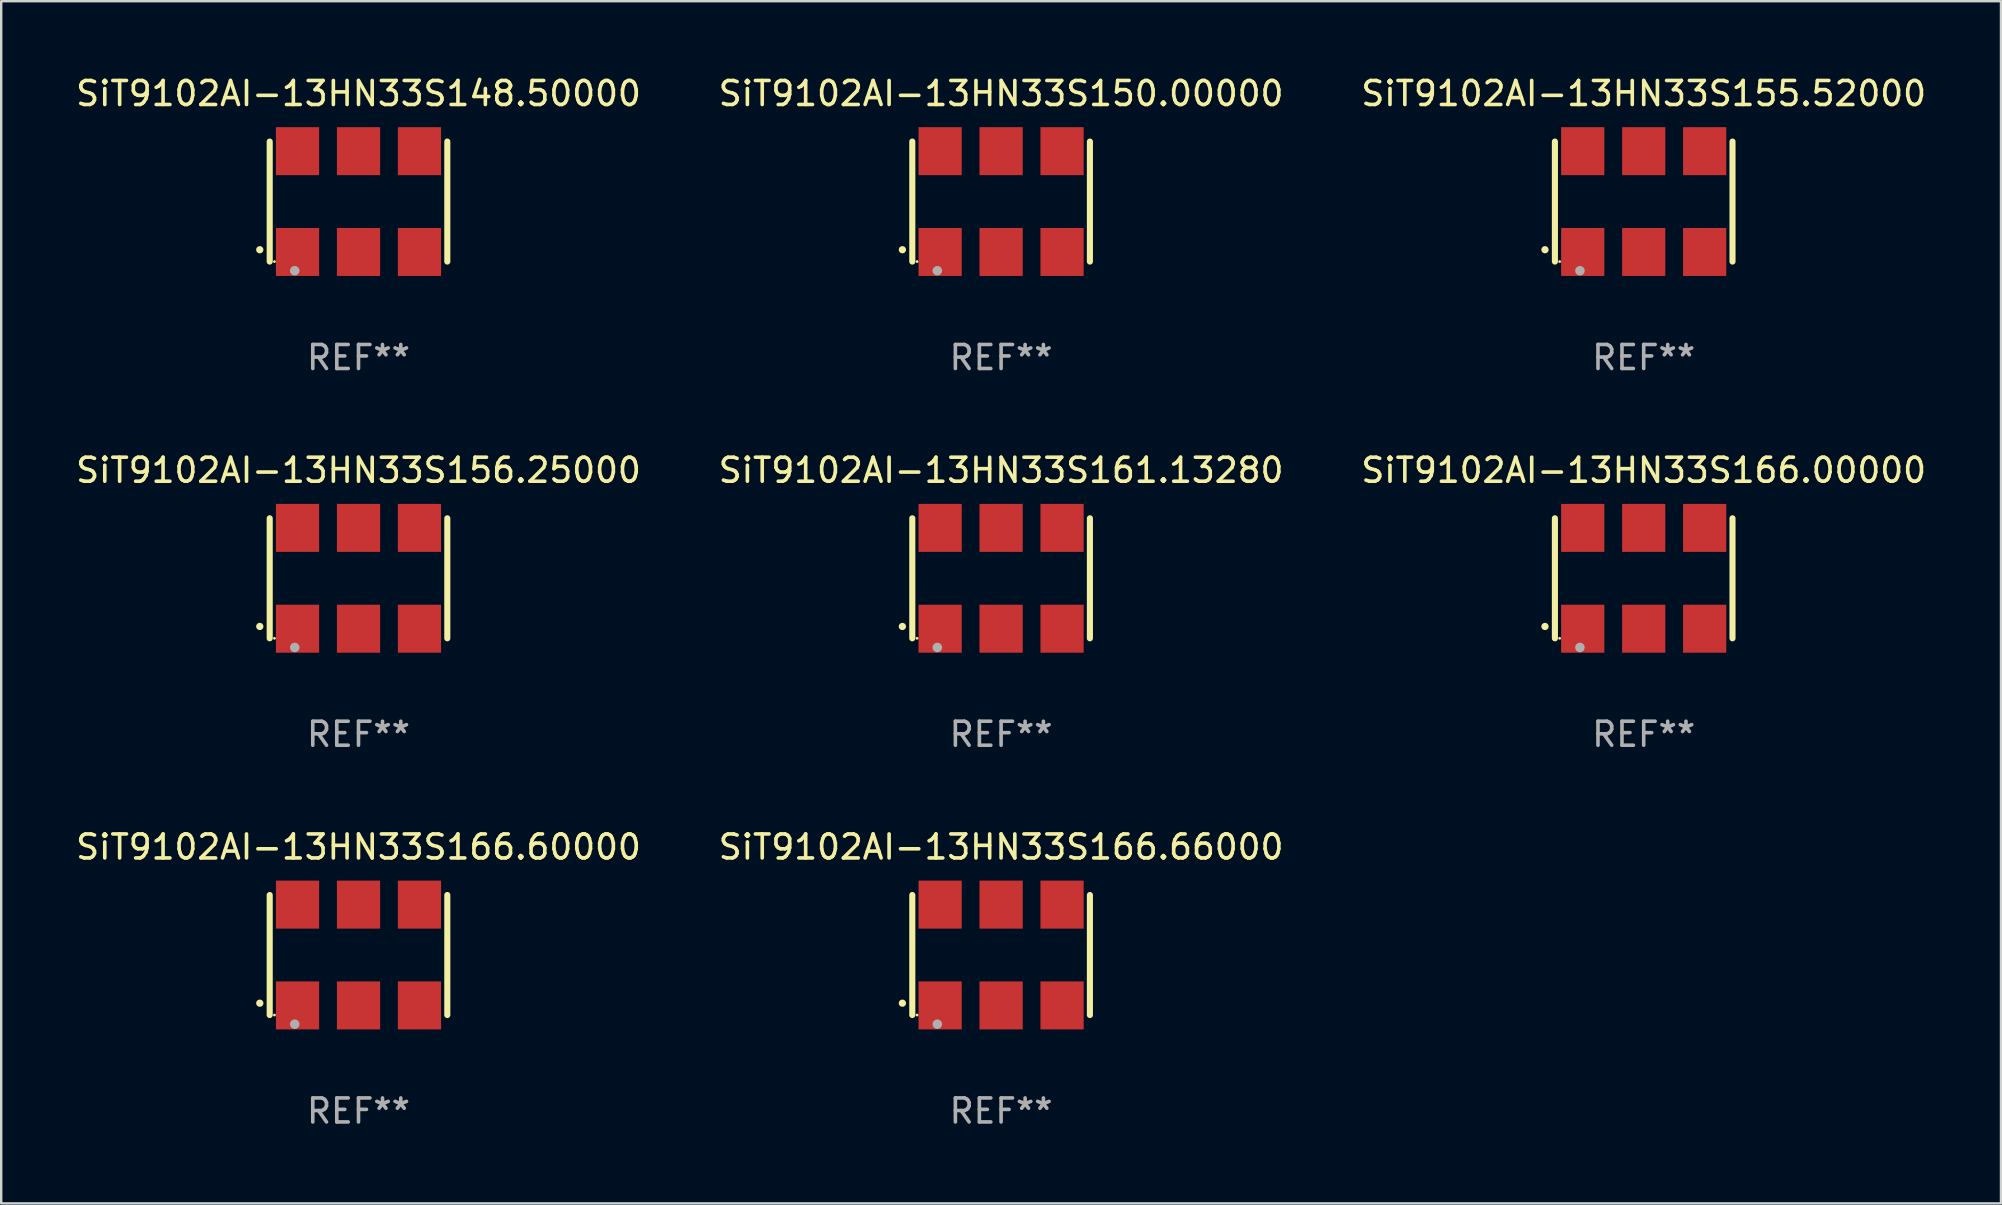
<source format=kicad_pcb>
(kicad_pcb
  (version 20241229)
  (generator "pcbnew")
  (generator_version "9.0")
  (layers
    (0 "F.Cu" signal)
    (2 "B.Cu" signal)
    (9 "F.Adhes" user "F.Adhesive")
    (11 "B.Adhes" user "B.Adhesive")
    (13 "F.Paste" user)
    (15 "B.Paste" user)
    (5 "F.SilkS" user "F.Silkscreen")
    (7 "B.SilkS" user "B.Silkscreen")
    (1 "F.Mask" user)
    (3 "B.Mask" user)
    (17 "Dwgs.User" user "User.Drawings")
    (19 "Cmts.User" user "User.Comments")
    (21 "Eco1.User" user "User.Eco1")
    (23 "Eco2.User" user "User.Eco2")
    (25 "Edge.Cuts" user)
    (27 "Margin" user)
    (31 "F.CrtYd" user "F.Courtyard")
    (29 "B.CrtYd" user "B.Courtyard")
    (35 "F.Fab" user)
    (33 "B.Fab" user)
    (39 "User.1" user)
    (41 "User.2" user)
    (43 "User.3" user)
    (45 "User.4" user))
  (footprint "SiT9102AI-13HN33S166.60000"
    (layer "F.Cu")
    (at 11.887 36.741)
    (property "Reference" "SiT9102AI-13HN33S166.60000" (at 0 -4.5 0) (layer "F.SilkS") (effects (font (size 1 1) (thickness 0.15))))
    (attr through_hole)
    (fp_line (start -3.7 -2.5) (end -3.7 2.5) (stroke (width 0.254) (type solid)) (layer "F.SilkS"))
    (fp_line (start 3.7 -2.5) (end 3.7 2.5) (stroke (width 0.254) (type solid)) (layer "F.SilkS"))
    (fp_arc (start -4.114415 2.006604) (mid -4.113145 2.006599) (end -4.111875 2.006604) (stroke (width 0.3) (type solid)) (layer "F.SilkS"))
    (fp_circle (center -3.502 2.5) (end -3.472 2.5) (stroke (width 0.06) (type solid)) (fill no) (layer "F.SilkS"))
    (fp_circle (center -2.657 2.882) (end -2.557 2.882) (stroke (width 0.2) (type solid)) (fill no) (layer "F.Fab"))
    (fp_text user "REF**" (at 0 6.5 0) (layer "F.Fab") (effects (font (size 1 1) (thickness 0.15))))
    (pad "1" smd rect (at -2.54 2.1) (size 1.8 2) (layers "F.Cu" "F.Mask" "F.Paste"))
    (pad "2" smd rect (at 0.000394 2.1) (size 1.8 2) (layers "F.Cu" "F.Mask" "F.Paste"))
    (pad "3" smd rect (at 2.54 2.1) (size 1.8 2) (layers "F.Cu" "F.Mask" "F.Paste"))
    (pad "4" smd rect (at 2.54 -2.1) (size 1.8 2) (layers "F.Cu" "F.Mask" "F.Paste"))
    (pad "5" smd rect (at 0.000394 -2.1) (size 1.8 2) (layers "F.Cu" "F.Mask" "F.Paste"))
    (pad "6" smd rect (at -2.54 -2.1) (size 1.8 2) (layers "F.Cu" "F.Mask" "F.Paste")))
  (footprint "SiT9102AI-13HN33S148.50000"
    (layer "F.Cu")
    (at 11.887 5.348)
    (property "Reference" "SiT9102AI-13HN33S148.50000" (at 0 -4.5 0) (layer "F.SilkS") (effects (font (size 1 1) (thickness 0.15))))
    (attr through_hole)
    (fp_line (start -3.7 -2.5) (end -3.7 2.5) (stroke (width 0.254) (type solid)) (layer "F.SilkS"))
    (fp_line (start 3.7 -2.5) (end 3.7 2.5) (stroke (width 0.254) (type solid)) (layer "F.SilkS"))
    (fp_arc (start -4.114415 2.006604) (mid -4.113145 2.006599) (end -4.111875 2.006604) (stroke (width 0.3) (type solid)) (layer "F.SilkS"))
    (fp_circle (center -3.502 2.5) (end -3.472 2.5) (stroke (width 0.06) (type solid)) (fill no) (layer "F.SilkS"))
    (fp_circle (center -2.657 2.882) (end -2.557 2.882) (stroke (width 0.2) (type solid)) (fill no) (layer "F.Fab"))
    (fp_text user "REF**" (at 0 6.5 0) (layer "F.Fab") (effects (font (size 1 1) (thickness 0.15))))
    (pad "1" smd rect (at -2.54 2.1) (size 1.8 2) (layers "F.Cu" "F.Mask" "F.Paste"))
    (pad "2" smd rect (at 0.000394 2.1) (size 1.8 2) (layers "F.Cu" "F.Mask" "F.Paste"))
    (pad "3" smd rect (at 2.54 2.1) (size 1.8 2) (layers "F.Cu" "F.Mask" "F.Paste"))
    (pad "4" smd rect (at 2.54 -2.1) (size 1.8 2) (layers "F.Cu" "F.Mask" "F.Paste"))
    (pad "5" smd rect (at 0.000394 -2.1) (size 1.8 2) (layers "F.Cu" "F.Mask" "F.Paste"))
    (pad "6" smd rect (at -2.54 -2.1) (size 1.8 2) (layers "F.Cu" "F.Mask" "F.Paste")))
  (footprint "SiT9102AI-13HN33S150.00000"
    (layer "F.Cu")
    (at 38.661 5.348)
    (property "Reference" "SiT9102AI-13HN33S150.00000" (at 0 -4.5 0) (layer "F.SilkS") (effects (font (size 1 1) (thickness 0.15))))
    (attr through_hole)
    (fp_line (start -3.7 -2.5) (end -3.7 2.5) (stroke (width 0.254) (type solid)) (layer "F.SilkS"))
    (fp_line (start 3.7 -2.5) (end 3.7 2.5) (stroke (width 0.254) (type solid)) (layer "F.SilkS"))
    (fp_arc (start -4.114415 2.006604) (mid -4.113145 2.006599) (end -4.111875 2.006604) (stroke (width 0.3) (type solid)) (layer "F.SilkS"))
    (fp_circle (center -3.502 2.5) (end -3.472 2.5) (stroke (width 0.06) (type solid)) (fill no) (layer "F.SilkS"))
    (fp_circle (center -2.657 2.882) (end -2.557 2.882) (stroke (width 0.2) (type solid)) (fill no) (layer "F.Fab"))
    (fp_text user "REF**" (at 0 6.5 0) (layer "F.Fab") (effects (font (size 1 1) (thickness 0.15))))
    (pad "1" smd rect (at -2.54 2.1) (size 1.8 2) (layers "F.Cu" "F.Mask" "F.Paste"))
    (pad "2" smd rect (at 0.000394 2.1) (size 1.8 2) (layers "F.Cu" "F.Mask" "F.Paste"))
    (pad "3" smd rect (at 2.54 2.1) (size 1.8 2) (layers "F.Cu" "F.Mask" "F.Paste"))
    (pad "4" smd rect (at 2.54 -2.1) (size 1.8 2) (layers "F.Cu" "F.Mask" "F.Paste"))
    (pad "5" smd rect (at 0.000394 -2.1) (size 1.8 2) (layers "F.Cu" "F.Mask" "F.Paste"))
    (pad "6" smd rect (at -2.54 -2.1) (size 1.8 2) (layers "F.Cu" "F.Mask" "F.Paste")))
  (footprint "SiT9102AI-13HN33S156.25000"
    (layer "F.Cu")
    (at 11.887 21.045)
    (property "Reference" "SiT9102AI-13HN33S156.25000" (at 0 -4.5 0) (layer "F.SilkS") (effects (font (size 1 1) (thickness 0.15))))
    (attr through_hole)
    (fp_line (start -3.7 -2.5) (end -3.7 2.5) (stroke (width 0.254) (type solid)) (layer "F.SilkS"))
    (fp_line (start 3.7 -2.5) (end 3.7 2.5) (stroke (width 0.254) (type solid)) (layer "F.SilkS"))
    (fp_arc (start -4.114415 2.006604) (mid -4.113145 2.006599) (end -4.111875 2.006604) (stroke (width 0.3) (type solid)) (layer "F.SilkS"))
    (fp_circle (center -3.502 2.5) (end -3.472 2.5) (stroke (width 0.06) (type solid)) (fill no) (layer "F.SilkS"))
    (fp_circle (center -2.657 2.882) (end -2.557 2.882) (stroke (width 0.2) (type solid)) (fill no) (layer "F.Fab"))
    (fp_text user "REF**" (at 0 6.5 0) (layer "F.Fab") (effects (font (size 1 1) (thickness 0.15))))
    (pad "1" smd rect (at -2.54 2.1) (size 1.8 2) (layers "F.Cu" "F.Mask" "F.Paste"))
    (pad "2" smd rect (at 0.000394 2.1) (size 1.8 2) (layers "F.Cu" "F.Mask" "F.Paste"))
    (pad "3" smd rect (at 2.54 2.1) (size 1.8 2) (layers "F.Cu" "F.Mask" "F.Paste"))
    (pad "4" smd rect (at 2.54 -2.1) (size 1.8 2) (layers "F.Cu" "F.Mask" "F.Paste"))
    (pad "5" smd rect (at 0.000394 -2.1) (size 1.8 2) (layers "F.Cu" "F.Mask" "F.Paste"))
    (pad "6" smd rect (at -2.54 -2.1) (size 1.8 2) (layers "F.Cu" "F.Mask" "F.Paste")))
  (footprint "SiT9102AI-13HN33S166.00000"
    (layer "F.Cu")
    (at 65.435 21.045)
    (property "Reference" "SiT9102AI-13HN33S166.00000" (at 0 -4.5 0) (layer "F.SilkS") (effects (font (size 1 1) (thickness 0.15))))
    (attr through_hole)
    (fp_line (start -3.7 -2.5) (end -3.7 2.5) (stroke (width 0.254) (type solid)) (layer "F.SilkS"))
    (fp_line (start 3.7 -2.5) (end 3.7 2.5) (stroke (width 0.254) (type solid)) (layer "F.SilkS"))
    (fp_arc (start -4.114415 2.006604) (mid -4.113145 2.006599) (end -4.111875 2.006604) (stroke (width 0.3) (type solid)) (layer "F.SilkS"))
    (fp_circle (center -3.502 2.5) (end -3.472 2.5) (stroke (width 0.06) (type solid)) (fill no) (layer "F.SilkS"))
    (fp_circle (center -2.657 2.882) (end -2.557 2.882) (stroke (width 0.2) (type solid)) (fill no) (layer "F.Fab"))
    (fp_text user "REF**" (at 0 6.5 0) (layer "F.Fab") (effects (font (size 1 1) (thickness 0.15))))
    (pad "1" smd rect (at -2.54 2.1) (size 1.8 2) (layers "F.Cu" "F.Mask" "F.Paste"))
    (pad "2" smd rect (at 0.000394 2.1) (size 1.8 2) (layers "F.Cu" "F.Mask" "F.Paste"))
    (pad "3" smd rect (at 2.54 2.1) (size 1.8 2) (layers "F.Cu" "F.Mask" "F.Paste"))
    (pad "4" smd rect (at 2.54 -2.1) (size 1.8 2) (layers "F.Cu" "F.Mask" "F.Paste"))
    (pad "5" smd rect (at 0.000394 -2.1) (size 1.8 2) (layers "F.Cu" "F.Mask" "F.Paste"))
    (pad "6" smd rect (at -2.54 -2.1) (size 1.8 2) (layers "F.Cu" "F.Mask" "F.Paste")))
  (footprint "SiT9102AI-13HN33S166.66000"
    (layer "F.Cu")
    (at 38.661 36.741)
    (property "Reference" "SiT9102AI-13HN33S166.66000" (at 0 -4.5 0) (layer "F.SilkS") (effects (font (size 1 1) (thickness 0.15))))
    (attr through_hole)
    (fp_line (start -3.7 -2.5) (end -3.7 2.5) (stroke (width 0.254) (type solid)) (layer "F.SilkS"))
    (fp_line (start 3.7 -2.5) (end 3.7 2.5) (stroke (width 0.254) (type solid)) (layer "F.SilkS"))
    (fp_arc (start -4.114415 2.006604) (mid -4.113145 2.006599) (end -4.111875 2.006604) (stroke (width 0.3) (type solid)) (layer "F.SilkS"))
    (fp_circle (center -3.502 2.5) (end -3.472 2.5) (stroke (width 0.06) (type solid)) (fill no) (layer "F.SilkS"))
    (fp_circle (center -2.657 2.882) (end -2.557 2.882) (stroke (width 0.2) (type solid)) (fill no) (layer "F.Fab"))
    (fp_text user "REF**" (at 0 6.5 0) (layer "F.Fab") (effects (font (size 1 1) (thickness 0.15))))
    (pad "1" smd rect (at -2.54 2.1) (size 1.8 2) (layers "F.Cu" "F.Mask" "F.Paste"))
    (pad "2" smd rect (at 0.000394 2.1) (size 1.8 2) (layers "F.Cu" "F.Mask" "F.Paste"))
    (pad "3" smd rect (at 2.54 2.1) (size 1.8 2) (layers "F.Cu" "F.Mask" "F.Paste"))
    (pad "4" smd rect (at 2.54 -2.1) (size 1.8 2) (layers "F.Cu" "F.Mask" "F.Paste"))
    (pad "5" smd rect (at 0.000394 -2.1) (size 1.8 2) (layers "F.Cu" "F.Mask" "F.Paste"))
    (pad "6" smd rect (at -2.54 -2.1) (size 1.8 2) (layers "F.Cu" "F.Mask" "F.Paste")))
  (footprint "SiT9102AI-13HN33S161.13280"
    (layer "F.Cu")
    (at 38.661 21.045)
    (property "Reference" "SiT9102AI-13HN33S161.13280" (at 0 -4.5 0) (layer "F.SilkS") (effects (font (size 1 1) (thickness 0.15))))
    (attr through_hole)
    (fp_line (start -3.7 -2.5) (end -3.7 2.5) (stroke (width 0.254) (type solid)) (layer "F.SilkS"))
    (fp_line (start 3.7 -2.5) (end 3.7 2.5) (stroke (width 0.254) (type solid)) (layer "F.SilkS"))
    (fp_arc (start -4.114415 2.006604) (mid -4.113145 2.006599) (end -4.111875 2.006604) (stroke (width 0.3) (type solid)) (layer "F.SilkS"))
    (fp_circle (center -3.502 2.5) (end -3.472 2.5) (stroke (width 0.06) (type solid)) (fill no) (layer "F.SilkS"))
    (fp_circle (center -2.657 2.882) (end -2.557 2.882) (stroke (width 0.2) (type solid)) (fill no) (layer "F.Fab"))
    (fp_text user "REF**" (at 0 6.5 0) (layer "F.Fab") (effects (font (size 1 1) (thickness 0.15))))
    (pad "1" smd rect (at -2.54 2.1) (size 1.8 2) (layers "F.Cu" "F.Mask" "F.Paste"))
    (pad "2" smd rect (at 0.000394 2.1) (size 1.8 2) (layers "F.Cu" "F.Mask" "F.Paste"))
    (pad "3" smd rect (at 2.54 2.1) (size 1.8 2) (layers "F.Cu" "F.Mask" "F.Paste"))
    (pad "4" smd rect (at 2.54 -2.1) (size 1.8 2) (layers "F.Cu" "F.Mask" "F.Paste"))
    (pad "5" smd rect (at 0.000394 -2.1) (size 1.8 2) (layers "F.Cu" "F.Mask" "F.Paste"))
    (pad "6" smd rect (at -2.54 -2.1) (size 1.8 2) (layers "F.Cu" "F.Mask" "F.Paste")))
  (footprint "SiT9102AI-13HN33S155.52000"
    (layer "F.Cu")
    (at 65.435 5.348)
    (property "Reference" "SiT9102AI-13HN33S155.52000" (at 0 -4.5 0) (layer "F.SilkS") (effects (font (size 1 1) (thickness 0.15))))
    (attr through_hole)
    (fp_line (start -3.7 -2.5) (end -3.7 2.5) (stroke (width 0.254) (type solid)) (layer "F.SilkS"))
    (fp_line (start 3.7 -2.5) (end 3.7 2.5) (stroke (width 0.254) (type solid)) (layer "F.SilkS"))
    (fp_arc (start -4.114415 2.006604) (mid -4.113145 2.006599) (end -4.111875 2.006604) (stroke (width 0.3) (type solid)) (layer "F.SilkS"))
    (fp_circle (center -3.502 2.5) (end -3.472 2.5) (stroke (width 0.06) (type solid)) (fill no) (layer "F.SilkS"))
    (fp_circle (center -2.657 2.882) (end -2.557 2.882) (stroke (width 0.2) (type solid)) (fill no) (layer "F.Fab"))
    (fp_text user "REF**" (at 0 6.5 0) (layer "F.Fab") (effects (font (size 1 1) (thickness 0.15))))
    (pad "1" smd rect (at -2.54 2.1) (size 1.8 2) (layers "F.Cu" "F.Mask" "F.Paste"))
    (pad "2" smd rect (at 0.000394 2.1) (size 1.8 2) (layers "F.Cu" "F.Mask" "F.Paste"))
    (pad "3" smd rect (at 2.54 2.1) (size 1.8 2) (layers "F.Cu" "F.Mask" "F.Paste"))
    (pad "4" smd rect (at 2.54 -2.1) (size 1.8 2) (layers "F.Cu" "F.Mask" "F.Paste"))
    (pad "5" smd rect (at 0.000394 -2.1) (size 1.8 2) (layers "F.Cu" "F.Mask" "F.Paste"))
    (pad "6" smd rect (at -2.54 -2.1) (size 1.8 2) (layers "F.Cu" "F.Mask" "F.Paste")))
  (gr_rect
    (start -3 -3)
    (end 80.321 47.09)
    (stroke (width 0.1) (type default))
    (fill no)
    (layer "Edge.Cuts")))
</source>
